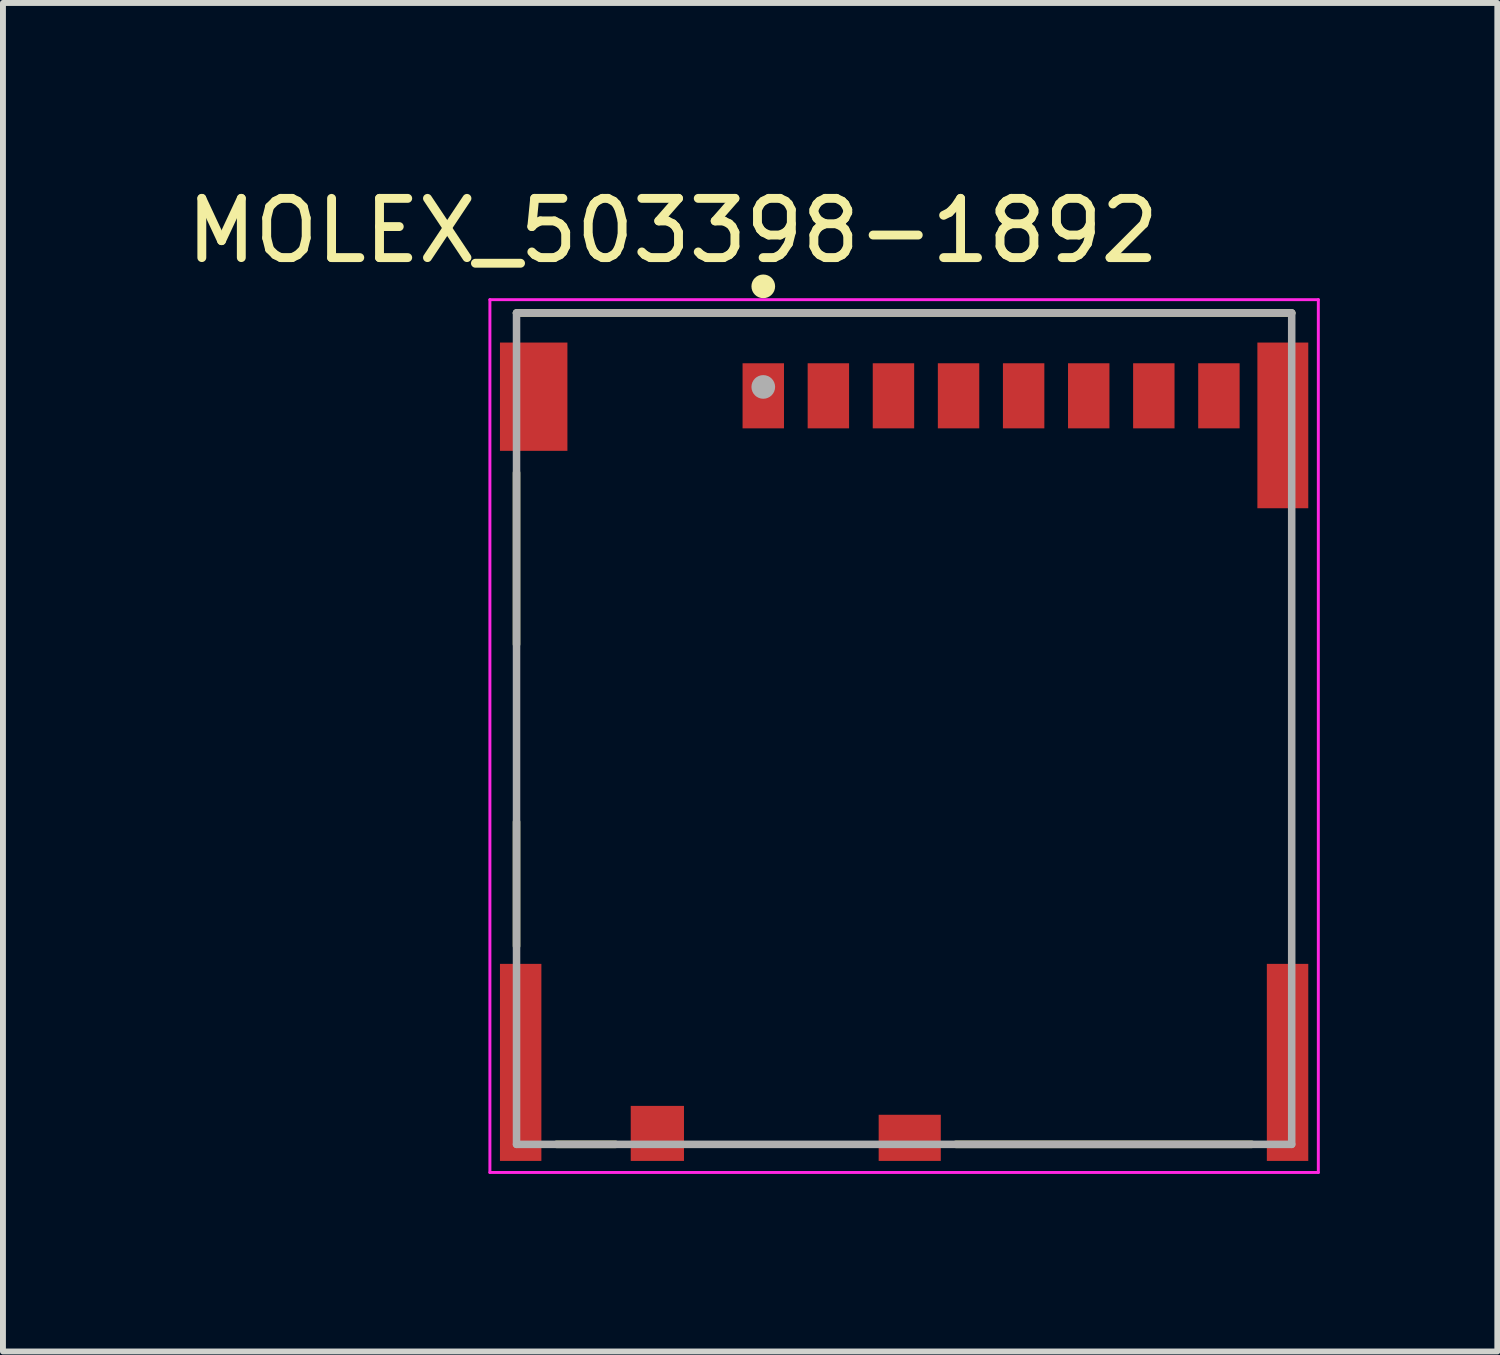
<source format=kicad_pcb>
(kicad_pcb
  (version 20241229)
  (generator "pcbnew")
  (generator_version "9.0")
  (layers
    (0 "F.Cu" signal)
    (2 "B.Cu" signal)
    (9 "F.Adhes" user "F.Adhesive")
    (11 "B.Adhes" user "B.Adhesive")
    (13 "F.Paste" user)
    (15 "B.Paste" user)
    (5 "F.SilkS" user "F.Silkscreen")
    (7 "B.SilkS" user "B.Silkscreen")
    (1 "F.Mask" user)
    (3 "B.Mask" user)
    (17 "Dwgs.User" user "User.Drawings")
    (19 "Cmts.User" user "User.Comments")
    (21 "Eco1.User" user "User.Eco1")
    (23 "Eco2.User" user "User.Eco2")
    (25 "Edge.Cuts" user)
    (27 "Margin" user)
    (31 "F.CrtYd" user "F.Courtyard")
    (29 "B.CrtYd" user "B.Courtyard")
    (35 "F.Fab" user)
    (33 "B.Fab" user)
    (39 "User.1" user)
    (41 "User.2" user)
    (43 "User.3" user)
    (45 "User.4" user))
  (footprint "MOLEX_503398-1892"
    (layer "F.Cu")
    (at 12.229 9.264)
    (property "Reference" "MOLEX_503398-1892" (at -3.908 -8.416 0) (layer "F.SilkS") (effects (font (size 1.001 1.001) (thickness 0.15))))
    (attr through_hole)
    (fp_line (start -6.55 -7.025) (end 6.55 -7.025) (stroke (width 0.127) (type solid)) (layer "F.SilkS"))
    (fp_line (start -6.55 -4.325) (end -6.55 -1.425) (stroke (width 0.127) (type solid)) (layer "F.SilkS"))
    (fp_line (start -6.55 1.575) (end -6.55 3.675) (stroke (width 0.127) (type solid)) (layer "F.SilkS"))
    (fp_line (start -5.876 7.025) (end -4.874 7.025) (stroke (width 0.127) (type solid)) (layer "F.SilkS"))
    (fp_line (start 0.874 7.025) (end 5.876 7.025) (stroke (width 0.127) (type solid)) (layer "F.SilkS"))
    (fp_circle (center -2.38 -7.475) (end -2.28 -7.475) (stroke (width 0.2) (type solid)) (fill no) (layer "F.SilkS"))
    (fp_line (start -7 -7.25) (end 7 -7.25) (stroke (width 0.05) (type solid)) (layer "F.CrtYd"))
    (fp_line (start -7 7.5) (end -7 -7.25) (stroke (width 0.05) (type solid)) (layer "F.CrtYd"))
    (fp_line (start 7 -7.25) (end 7 7.5) (stroke (width 0.05) (type solid)) (layer "F.CrtYd"))
    (fp_line (start 7 7.5) (end -7 7.5) (stroke (width 0.05) (type solid)) (layer "F.CrtYd"))
    (fp_line (start -6.55 -7.025) (end 6.55 -7.025) (stroke (width 0.127) (type solid)) (layer "F.Fab"))
    (fp_line (start -6.55 7.025) (end -6.55 -7.025) (stroke (width 0.127) (type solid)) (layer "F.Fab"))
    (fp_line (start 6.55 -7.025) (end 6.55 7.025) (stroke (width 0.127) (type solid)) (layer "F.Fab"))
    (fp_line (start 6.55 7.025) (end -6.55 7.025) (stroke (width 0.127) (type solid)) (layer "F.Fab"))
    (fp_circle (center -2.38 -5.775) (end -2.28 -5.775) (stroke (width 0.2) (type solid)) (fill no) (layer "F.Fab"))
    (pad "1" smd rect (at -2.38 -5.625) (size 0.7 1.1) (layers "F.Cu" "F.Mask" "F.Paste"))
    (pad "2" smd rect (at -1.28 -5.625) (size 0.7 1.1) (layers "F.Cu" "F.Mask" "F.Paste"))
    (pad "3" smd rect (at -0.18 -5.625) (size 0.7 1.1) (layers "F.Cu" "F.Mask" "F.Paste"))
    (pad "4" smd rect (at 0.92 -5.625) (size 0.7 1.1) (layers "F.Cu" "F.Mask" "F.Paste"))
    (pad "5" smd rect (at 2.02 -5.625) (size 0.7 1.1) (layers "F.Cu" "F.Mask" "F.Paste"))
    (pad "6" smd rect (at -4.17 6.84) (size 0.9 0.93) (layers "F.Cu" "F.Mask" "F.Paste"))
    (pad "6" smd rect (at 3.12 -5.625) (size 0.7 1.1) (layers "F.Cu" "F.Mask" "F.Paste"))
    (pad "7" smd rect (at 4.22 -5.625) (size 0.7 1.1) (layers "F.Cu" "F.Mask" "F.Paste"))
    (pad "8" smd rect (at 5.32 -5.625) (size 0.7 1.1) (layers "F.Cu" "F.Mask" "F.Paste"))
    (pad "9" smd rect (at -6.48 5.64) (size 0.7 3.33) (layers "F.Cu" "F.Mask" "F.Paste"))
    (pad "9" smd rect (at -6.26 -5.61) (size 1.14 1.83) (layers "F.Cu" "F.Mask" "F.Paste"))
    (pad "9" smd rect (at 0.095 6.915) (size 1.05 0.78) (layers "F.Cu" "F.Mask" "F.Paste"))
    (pad "9" smd rect (at 6.4 -5.125) (size 0.86 2.8) (layers "F.Cu" "F.Mask" "F.Paste"))
    (pad "9" smd rect (at 6.48 5.64) (size 0.7 3.33) (layers "F.Cu" "F.Mask" "F.Paste"))
    (zone (net_name "") (layer "F.Cu") (hatch full 0.508) (connect_pads) (min_thickness 0.01) (filled_areas_thickness no) (keepout (tracks not_allowed) (vias not_allowed) (pads not_allowed) (copperpour not_allowed) (footprints allowed)) (placement (enabled no)) (fill) (polygon (pts (xy 5.392 8.139) (xy 6.099 8.139) (xy 6.099 10.541) (xy 5.392 10.541))))
    (zone (net_name "") (layer "F.Cu") (hatch full 0.508) (connect_pads) (min_thickness 0.01) (filled_areas_thickness no) (keepout (tracks not_allowed) (vias not_allowed) (pads not_allowed) (copperpour not_allowed) (footprints allowed)) (placement (enabled no)) (fill) (polygon (pts (xy 6.983 13.839) (xy 7.544 13.839) (xy 7.544 16.003) (xy 6.983 16.003))))
    (zone (net_name "") (layer "F.Cu") (hatch full 0.508) (connect_pads) (min_thickness 0.01) (filled_areas_thickness no) (keepout (tracks not_allowed) (vias not_allowed) (pads not_allowed) (copperpour not_allowed) (footprints allowed)) (placement (enabled no)) (fill) (polygon (pts (xy 9.006 15.639) (xy 9.559 15.639) (xy 9.559 16.195) (xy 9.006 16.195))))
    (zone (net_name "") (layer "F.Cu") (hatch full 0.508) (connect_pads) (min_thickness 0.0001) (filled_areas_thickness no) (keepout (tracks not_allowed) (vias not_allowed) (pads not_allowed) (copperpour not_allowed) (footprints allowed)) (placement (enabled no)) (fill) (polygon (pts (xy 9.059 5.539) (xy 9.059 10.539) (xy 8.409 10.539) (xy 8.409 13.139) (xy 12.799 13.139) (xy 12.799 14.389) (xy 10.499 14.389) (xy 10.499 16.569) (xy 11.799 16.569) (xy 11.799 15.789) (xy 18.359 15.789) (xy 18.359 13.239) (xy 19.059 13.239) (xy 19.059 5.539))))
    (zone (net_name "") (layers "F.Cu" "B.Cu") (hatch full 0.508) (connect_pads) (min_thickness 0.01) (filled_areas_thickness no) (keepout (tracks allowed) (vias not_allowed) (pads allowed) (copperpour allowed) (footprints allowed)) (placement (enabled no)) (fill) (polygon (pts (xy 5.387 8.139) (xy 6.099 8.139) (xy 6.099 10.542) (xy 5.387 10.542))))
    (zone (net_name "") (layers "F.Cu" "B.Cu") (hatch full 0.508) (connect_pads) (min_thickness 0.01) (filled_areas_thickness no) (keepout (tracks allowed) (vias not_allowed) (pads allowed) (copperpour allowed) (footprints allowed)) (placement (enabled no)) (fill) (polygon (pts (xy 6.99 13.839) (xy 7.544 13.839) (xy 7.544 15.994) (xy 6.99 15.994))))
    (zone (net_name "") (layers "F.Cu" "B.Cu") (hatch full 0.508) (connect_pads) (min_thickness 0.01) (filled_areas_thickness no) (keepout (tracks allowed) (vias not_allowed) (pads allowed) (copperpour allowed) (footprints allowed)) (placement (enabled no)) (fill) (polygon (pts (xy 9.003 15.639) (xy 9.559 15.639) (xy 9.559 16.201) (xy 9.003 16.201))))
    (zone (net_name "") (layers "F.Cu" "B.Cu") (hatch full 0.508) (connect_pads) (min_thickness 0.0001) (filled_areas_thickness no) (keepout (tracks allowed) (vias not_allowed) (pads allowed) (copperpour allowed) (footprints allowed)) (placement (enabled no)) (fill) (polygon (pts (xy 9.059 5.539) (xy 9.059 10.539) (xy 8.409 10.539) (xy 8.409 13.139) (xy 12.799 13.139) (xy 12.799 14.389) (xy 10.499 14.389) (xy 10.499 16.569) (xy 11.799 16.569) (xy 11.799 15.789) (xy 18.359 15.789) (xy 18.359 13.239) (xy 19.059 13.239) (xy 19.059 5.539)))))
  (gr_rect
    (start -3 -3)
    (end 22.254 19.789)
    (stroke (width 0.1) (type default))
    (fill no)
    (layer "Edge.Cuts")))
</source>
